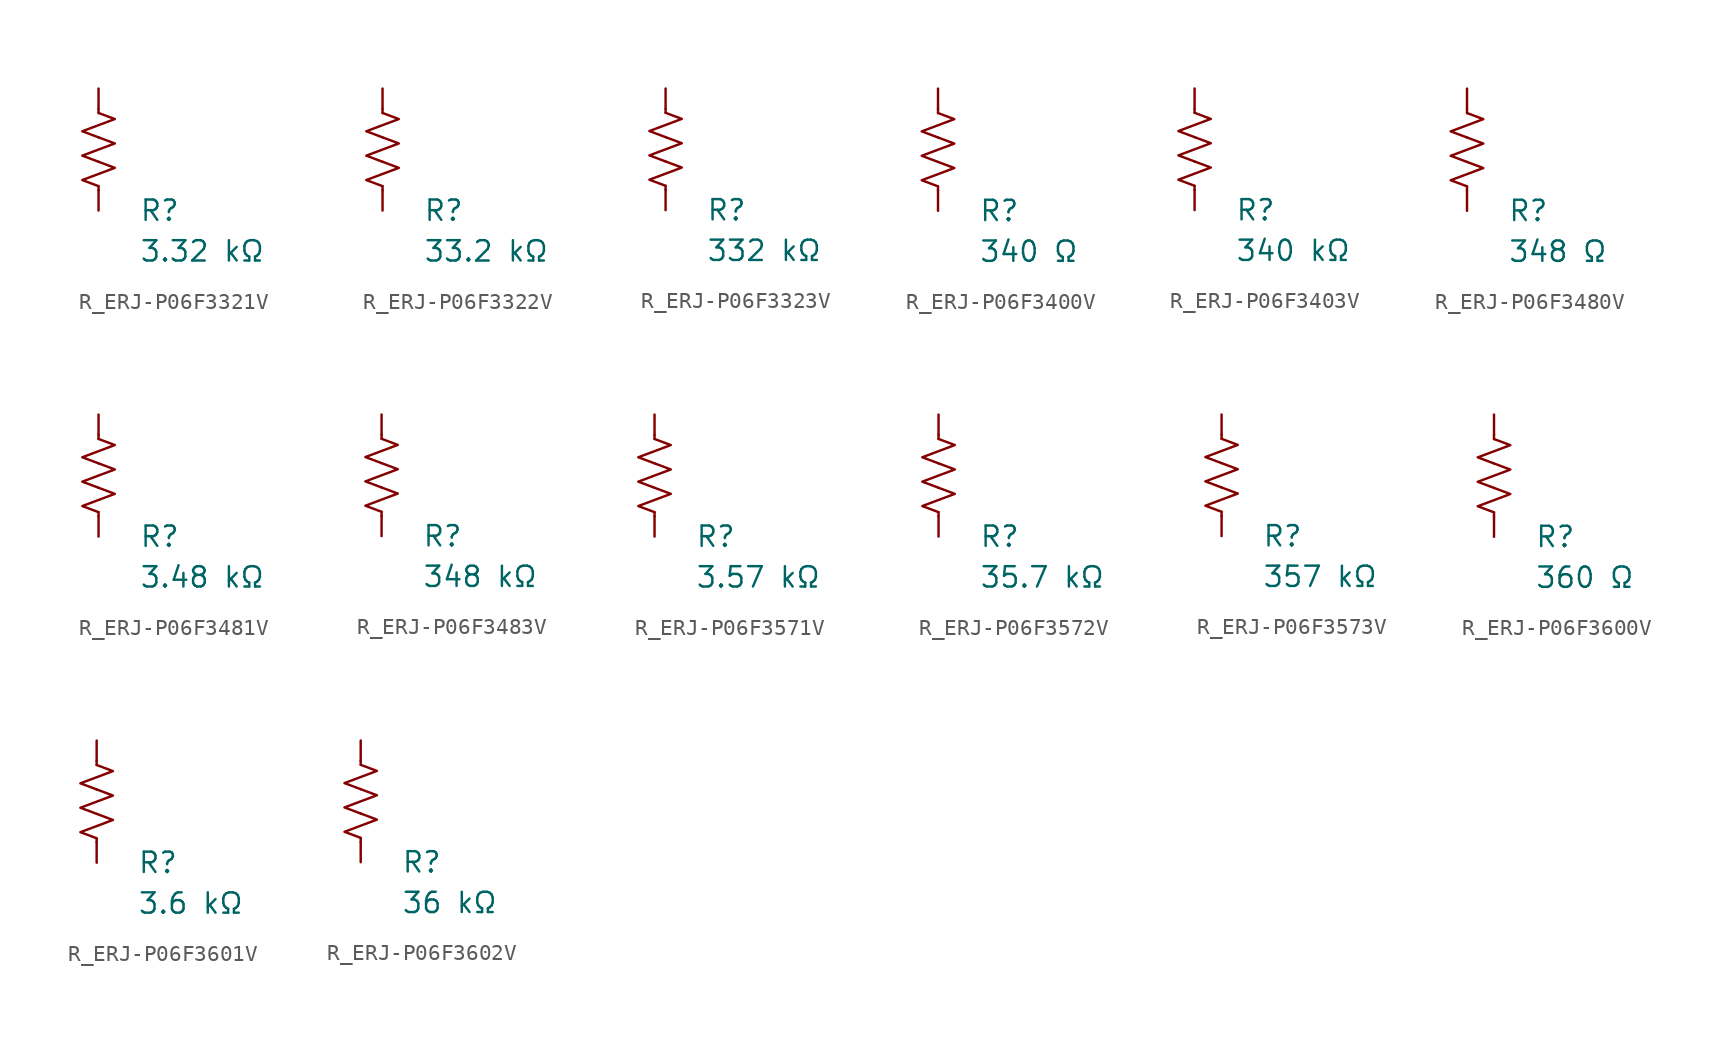
<source format=kicad_sym>
(kicad_symbol_lib
  (version 20231120)
  (generator "kicad_symbol_editor")
  (generator_version "8.0")
  (symbol "R_ERJ-P06F3321V"
    (pin_numbers hide)
    (pin_names
      (offset 0))
    (property "Reference" "R"
      (at 2.54 -3.81 0)
      (effects (font (size 1.27 1.27)) (justify left))
      (show_name no))
    (property "Value" "3.32 kΩ"
      (at 2.54 -6.35 0)
      (effects (font (size 1.27 1.27)) (justify left))
      (show_name no))
    (symbol "R_ERJ-P06F3321V_0_1"
      (polyline (pts (xy 0 -2.286) (xy 0 -2.54)) (stroke (width 0) (type default)) (fill (type none)))
      (polyline (pts (xy 0 2.286) (xy 0 2.54)) (stroke (width 0) (type default)) (fill (type none)))
      (polyline (pts (xy 0 -0.762) (xy 1.016 -1.143) (xy 0 -1.524) (xy -1.016 -1.905) (xy 0 -2.286)) (stroke (width 0) (type default)) (fill (type none)))
      (polyline (pts (xy 0 0.762) (xy 1.016 0.381) (xy 0 0) (xy -1.016 -0.381) (xy 0 -0.762)) (stroke (width 0) (type default)) (fill (type none)))
      (polyline (pts (xy 0 2.286) (xy 1.016 1.905) (xy 0 1.524) (xy -1.016 1.143) (xy 0 0.762)) (stroke (width 0) (type default)) (fill (type none))))
    (symbol "R_ERJ-P06F3321V_1_1"
      (pin passive line (at 0 3.81 270) (length 1.27) (name "~" (effects (font (size 1.27 1.27)))) (number "1" (effects (font (size 1.27 1.27)))))
      (pin passive line (at 0 -3.81 90) (length 1.27) (name "~" (effects (font (size 1.27 1.27)))) (number "2" (effects (font (size 1.27 1.27)))))))
  (symbol "R_ERJ-P06F3322V"
    (pin_numbers hide)
    (pin_names
      (offset 0))
    (property "Reference" "R"
      (at 2.54 -3.81 0)
      (effects (font (size 1.27 1.27)) (justify left))
      (show_name no))
    (property "Value" "33.2 kΩ"
      (at 2.54 -6.35 0)
      (effects (font (size 1.27 1.27)) (justify left))
      (show_name no))
    (symbol "R_ERJ-P06F3322V_0_1"
      (polyline (pts (xy 0 -2.286) (xy 0 -2.54)) (stroke (width 0) (type default)) (fill (type none)))
      (polyline (pts (xy 0 2.286) (xy 0 2.54)) (stroke (width 0) (type default)) (fill (type none)))
      (polyline (pts (xy 0 -0.762) (xy 1.016 -1.143) (xy 0 -1.524) (xy -1.016 -1.905) (xy 0 -2.286)) (stroke (width 0) (type default)) (fill (type none)))
      (polyline (pts (xy 0 0.762) (xy 1.016 0.381) (xy 0 0) (xy -1.016 -0.381) (xy 0 -0.762)) (stroke (width 0) (type default)) (fill (type none)))
      (polyline (pts (xy 0 2.286) (xy 1.016 1.905) (xy 0 1.524) (xy -1.016 1.143) (xy 0 0.762)) (stroke (width 0) (type default)) (fill (type none))))
    (symbol "R_ERJ-P06F3322V_1_1"
      (pin passive line (at 0 3.81 270) (length 1.27) (name "~" (effects (font (size 1.27 1.27)))) (number "1" (effects (font (size 1.27 1.27)))))
      (pin passive line (at 0 -3.81 90) (length 1.27) (name "~" (effects (font (size 1.27 1.27)))) (number "2" (effects (font (size 1.27 1.27)))))))
  (symbol "R_ERJ-P06F3323V"
    (pin_numbers hide)
    (pin_names
      (offset 0))
    (property "Reference" "R"
      (at 2.54 -3.81 0)
      (effects (font (size 1.27 1.27)) (justify left))
      (show_name no))
    (property "Value" "332 kΩ"
      (at 2.54 -6.35 0)
      (effects (font (size 1.27 1.27)) (justify left))
      (show_name no))
    (symbol "R_ERJ-P06F3323V_0_1"
      (polyline (pts (xy 0 -2.286) (xy 0 -2.54)) (stroke (width 0) (type default)) (fill (type none)))
      (polyline (pts (xy 0 2.286) (xy 0 2.54)) (stroke (width 0) (type default)) (fill (type none)))
      (polyline (pts (xy 0 -0.762) (xy 1.016 -1.143) (xy 0 -1.524) (xy -1.016 -1.905) (xy 0 -2.286)) (stroke (width 0) (type default)) (fill (type none)))
      (polyline (pts (xy 0 0.762) (xy 1.016 0.381) (xy 0 0) (xy -1.016 -0.381) (xy 0 -0.762)) (stroke (width 0) (type default)) (fill (type none)))
      (polyline (pts (xy 0 2.286) (xy 1.016 1.905) (xy 0 1.524) (xy -1.016 1.143) (xy 0 0.762)) (stroke (width 0) (type default)) (fill (type none))))
    (symbol "R_ERJ-P06F3323V_1_1"
      (pin passive line (at 0 3.81 270) (length 1.27) (name "~" (effects (font (size 1.27 1.27)))) (number "1" (effects (font (size 1.27 1.27)))))
      (pin passive line (at 0 -3.81 90) (length 1.27) (name "~" (effects (font (size 1.27 1.27)))) (number "2" (effects (font (size 1.27 1.27)))))))
  (symbol "R_ERJ-P06F3400V"
    (pin_numbers hide)
    (pin_names
      (offset 0))
    (property "Reference" "R"
      (at 2.54 -3.81 0)
      (effects (font (size 1.27 1.27)) (justify left))
      (show_name no))
    (property "Value" "340 Ω"
      (at 2.54 -6.35 0)
      (effects (font (size 1.27 1.27)) (justify left))
      (show_name no))
    (symbol "R_ERJ-P06F3400V_0_1"
      (polyline (pts (xy 0 -2.286) (xy 0 -2.54)) (stroke (width 0) (type default)) (fill (type none)))
      (polyline (pts (xy 0 2.286) (xy 0 2.54)) (stroke (width 0) (type default)) (fill (type none)))
      (polyline (pts (xy 0 -0.762) (xy 1.016 -1.143) (xy 0 -1.524) (xy -1.016 -1.905) (xy 0 -2.286)) (stroke (width 0) (type default)) (fill (type none)))
      (polyline (pts (xy 0 0.762) (xy 1.016 0.381) (xy 0 0) (xy -1.016 -0.381) (xy 0 -0.762)) (stroke (width 0) (type default)) (fill (type none)))
      (polyline (pts (xy 0 2.286) (xy 1.016 1.905) (xy 0 1.524) (xy -1.016 1.143) (xy 0 0.762)) (stroke (width 0) (type default)) (fill (type none))))
    (symbol "R_ERJ-P06F3400V_1_1"
      (pin passive line (at 0 3.81 270) (length 1.27) (name "~" (effects (font (size 1.27 1.27)))) (number "1" (effects (font (size 1.27 1.27)))))
      (pin passive line (at 0 -3.81 90) (length 1.27) (name "~" (effects (font (size 1.27 1.27)))) (number "2" (effects (font (size 1.27 1.27)))))))
  (symbol "R_ERJ-P06F3403V"
    (pin_numbers hide)
    (pin_names
      (offset 0))
    (property "Reference" "R"
      (at 2.54 -3.81 0)
      (effects (font (size 1.27 1.27)) (justify left))
      (show_name no))
    (property "Value" "340 kΩ"
      (at 2.54 -6.35 0)
      (effects (font (size 1.27 1.27)) (justify left))
      (show_name no))
    (symbol "R_ERJ-P06F3403V_0_1"
      (polyline (pts (xy 0 -2.286) (xy 0 -2.54)) (stroke (width 0) (type default)) (fill (type none)))
      (polyline (pts (xy 0 2.286) (xy 0 2.54)) (stroke (width 0) (type default)) (fill (type none)))
      (polyline (pts (xy 0 -0.762) (xy 1.016 -1.143) (xy 0 -1.524) (xy -1.016 -1.905) (xy 0 -2.286)) (stroke (width 0) (type default)) (fill (type none)))
      (polyline (pts (xy 0 0.762) (xy 1.016 0.381) (xy 0 0) (xy -1.016 -0.381) (xy 0 -0.762)) (stroke (width 0) (type default)) (fill (type none)))
      (polyline (pts (xy 0 2.286) (xy 1.016 1.905) (xy 0 1.524) (xy -1.016 1.143) (xy 0 0.762)) (stroke (width 0) (type default)) (fill (type none))))
    (symbol "R_ERJ-P06F3403V_1_1"
      (pin passive line (at 0 3.81 270) (length 1.27) (name "~" (effects (font (size 1.27 1.27)))) (number "1" (effects (font (size 1.27 1.27)))))
      (pin passive line (at 0 -3.81 90) (length 1.27) (name "~" (effects (font (size 1.27 1.27)))) (number "2" (effects (font (size 1.27 1.27)))))))
  (symbol "R_ERJ-P06F3480V"
    (pin_numbers hide)
    (pin_names
      (offset 0))
    (property "Reference" "R"
      (at 2.54 -3.81 0)
      (effects (font (size 1.27 1.27)) (justify left))
      (show_name no))
    (property "Value" "348 Ω"
      (at 2.54 -6.35 0)
      (effects (font (size 1.27 1.27)) (justify left))
      (show_name no))
    (symbol "R_ERJ-P06F3480V_0_1"
      (polyline (pts (xy 0 -2.286) (xy 0 -2.54)) (stroke (width 0) (type default)) (fill (type none)))
      (polyline (pts (xy 0 2.286) (xy 0 2.54)) (stroke (width 0) (type default)) (fill (type none)))
      (polyline (pts (xy 0 -0.762) (xy 1.016 -1.143) (xy 0 -1.524) (xy -1.016 -1.905) (xy 0 -2.286)) (stroke (width 0) (type default)) (fill (type none)))
      (polyline (pts (xy 0 0.762) (xy 1.016 0.381) (xy 0 0) (xy -1.016 -0.381) (xy 0 -0.762)) (stroke (width 0) (type default)) (fill (type none)))
      (polyline (pts (xy 0 2.286) (xy 1.016 1.905) (xy 0 1.524) (xy -1.016 1.143) (xy 0 0.762)) (stroke (width 0) (type default)) (fill (type none))))
    (symbol "R_ERJ-P06F3480V_1_1"
      (pin passive line (at 0 3.81 270) (length 1.27) (name "~" (effects (font (size 1.27 1.27)))) (number "1" (effects (font (size 1.27 1.27)))))
      (pin passive line (at 0 -3.81 90) (length 1.27) (name "~" (effects (font (size 1.27 1.27)))) (number "2" (effects (font (size 1.27 1.27)))))))
  (symbol "R_ERJ-P06F3481V"
    (pin_numbers hide)
    (pin_names
      (offset 0))
    (property "Reference" "R"
      (at 2.54 -3.81 0)
      (effects (font (size 1.27 1.27)) (justify left))
      (show_name no))
    (property "Value" "3.48 kΩ"
      (at 2.54 -6.35 0)
      (effects (font (size 1.27 1.27)) (justify left))
      (show_name no))
    (symbol "R_ERJ-P06F3481V_0_1"
      (polyline (pts (xy 0 -2.286) (xy 0 -2.54)) (stroke (width 0) (type default)) (fill (type none)))
      (polyline (pts (xy 0 2.286) (xy 0 2.54)) (stroke (width 0) (type default)) (fill (type none)))
      (polyline (pts (xy 0 -0.762) (xy 1.016 -1.143) (xy 0 -1.524) (xy -1.016 -1.905) (xy 0 -2.286)) (stroke (width 0) (type default)) (fill (type none)))
      (polyline (pts (xy 0 0.762) (xy 1.016 0.381) (xy 0 0) (xy -1.016 -0.381) (xy 0 -0.762)) (stroke (width 0) (type default)) (fill (type none)))
      (polyline (pts (xy 0 2.286) (xy 1.016 1.905) (xy 0 1.524) (xy -1.016 1.143) (xy 0 0.762)) (stroke (width 0) (type default)) (fill (type none))))
    (symbol "R_ERJ-P06F3481V_1_1"
      (pin passive line (at 0 3.81 270) (length 1.27) (name "~" (effects (font (size 1.27 1.27)))) (number "1" (effects (font (size 1.27 1.27)))))
      (pin passive line (at 0 -3.81 90) (length 1.27) (name "~" (effects (font (size 1.27 1.27)))) (number "2" (effects (font (size 1.27 1.27)))))))
  (symbol "R_ERJ-P06F3483V"
    (pin_numbers hide)
    (pin_names
      (offset 0))
    (property "Reference" "R"
      (at 2.54 -3.81 0)
      (effects (font (size 1.27 1.27)) (justify left))
      (show_name no))
    (property "Value" "348 kΩ"
      (at 2.54 -6.35 0)
      (effects (font (size 1.27 1.27)) (justify left))
      (show_name no))
    (symbol "R_ERJ-P06F3483V_0_1"
      (polyline (pts (xy 0 -2.286) (xy 0 -2.54)) (stroke (width 0) (type default)) (fill (type none)))
      (polyline (pts (xy 0 2.286) (xy 0 2.54)) (stroke (width 0) (type default)) (fill (type none)))
      (polyline (pts (xy 0 -0.762) (xy 1.016 -1.143) (xy 0 -1.524) (xy -1.016 -1.905) (xy 0 -2.286)) (stroke (width 0) (type default)) (fill (type none)))
      (polyline (pts (xy 0 0.762) (xy 1.016 0.381) (xy 0 0) (xy -1.016 -0.381) (xy 0 -0.762)) (stroke (width 0) (type default)) (fill (type none)))
      (polyline (pts (xy 0 2.286) (xy 1.016 1.905) (xy 0 1.524) (xy -1.016 1.143) (xy 0 0.762)) (stroke (width 0) (type default)) (fill (type none))))
    (symbol "R_ERJ-P06F3483V_1_1"
      (pin passive line (at 0 3.81 270) (length 1.27) (name "~" (effects (font (size 1.27 1.27)))) (number "1" (effects (font (size 1.27 1.27)))))
      (pin passive line (at 0 -3.81 90) (length 1.27) (name "~" (effects (font (size 1.27 1.27)))) (number "2" (effects (font (size 1.27 1.27)))))))
  (symbol "R_ERJ-P06F3571V"
    (pin_numbers hide)
    (pin_names
      (offset 0))
    (property "Reference" "R"
      (at 2.54 -3.81 0)
      (effects (font (size 1.27 1.27)) (justify left))
      (show_name no))
    (property "Value" "3.57 kΩ"
      (at 2.54 -6.35 0)
      (effects (font (size 1.27 1.27)) (justify left))
      (show_name no))
    (symbol "R_ERJ-P06F3571V_0_1"
      (polyline (pts (xy 0 -2.286) (xy 0 -2.54)) (stroke (width 0) (type default)) (fill (type none)))
      (polyline (pts (xy 0 2.286) (xy 0 2.54)) (stroke (width 0) (type default)) (fill (type none)))
      (polyline (pts (xy 0 -0.762) (xy 1.016 -1.143) (xy 0 -1.524) (xy -1.016 -1.905) (xy 0 -2.286)) (stroke (width 0) (type default)) (fill (type none)))
      (polyline (pts (xy 0 0.762) (xy 1.016 0.381) (xy 0 0) (xy -1.016 -0.381) (xy 0 -0.762)) (stroke (width 0) (type default)) (fill (type none)))
      (polyline (pts (xy 0 2.286) (xy 1.016 1.905) (xy 0 1.524) (xy -1.016 1.143) (xy 0 0.762)) (stroke (width 0) (type default)) (fill (type none))))
    (symbol "R_ERJ-P06F3571V_1_1"
      (pin passive line (at 0 3.81 270) (length 1.27) (name "~" (effects (font (size 1.27 1.27)))) (number "1" (effects (font (size 1.27 1.27)))))
      (pin passive line (at 0 -3.81 90) (length 1.27) (name "~" (effects (font (size 1.27 1.27)))) (number "2" (effects (font (size 1.27 1.27)))))))
  (symbol "R_ERJ-P06F3572V"
    (pin_numbers hide)
    (pin_names
      (offset 0))
    (property "Reference" "R"
      (at 2.54 -3.81 0)
      (effects (font (size 1.27 1.27)) (justify left))
      (show_name no))
    (property "Value" "35.7 kΩ"
      (at 2.54 -6.35 0)
      (effects (font (size 1.27 1.27)) (justify left))
      (show_name no))
    (symbol "R_ERJ-P06F3572V_0_1"
      (polyline (pts (xy 0 -2.286) (xy 0 -2.54)) (stroke (width 0) (type default)) (fill (type none)))
      (polyline (pts (xy 0 2.286) (xy 0 2.54)) (stroke (width 0) (type default)) (fill (type none)))
      (polyline (pts (xy 0 -0.762) (xy 1.016 -1.143) (xy 0 -1.524) (xy -1.016 -1.905) (xy 0 -2.286)) (stroke (width 0) (type default)) (fill (type none)))
      (polyline (pts (xy 0 0.762) (xy 1.016 0.381) (xy 0 0) (xy -1.016 -0.381) (xy 0 -0.762)) (stroke (width 0) (type default)) (fill (type none)))
      (polyline (pts (xy 0 2.286) (xy 1.016 1.905) (xy 0 1.524) (xy -1.016 1.143) (xy 0 0.762)) (stroke (width 0) (type default)) (fill (type none))))
    (symbol "R_ERJ-P06F3572V_1_1"
      (pin passive line (at 0 3.81 270) (length 1.27) (name "~" (effects (font (size 1.27 1.27)))) (number "1" (effects (font (size 1.27 1.27)))))
      (pin passive line (at 0 -3.81 90) (length 1.27) (name "~" (effects (font (size 1.27 1.27)))) (number "2" (effects (font (size 1.27 1.27)))))))
  (symbol "R_ERJ-P06F3573V"
    (pin_numbers hide)
    (pin_names
      (offset 0))
    (property "Reference" "R"
      (at 2.54 -3.81 0)
      (effects (font (size 1.27 1.27)) (justify left))
      (show_name no))
    (property "Value" "357 kΩ"
      (at 2.54 -6.35 0)
      (effects (font (size 1.27 1.27)) (justify left))
      (show_name no))
    (symbol "R_ERJ-P06F3573V_0_1"
      (polyline (pts (xy 0 -2.286) (xy 0 -2.54)) (stroke (width 0) (type default)) (fill (type none)))
      (polyline (pts (xy 0 2.286) (xy 0 2.54)) (stroke (width 0) (type default)) (fill (type none)))
      (polyline (pts (xy 0 -0.762) (xy 1.016 -1.143) (xy 0 -1.524) (xy -1.016 -1.905) (xy 0 -2.286)) (stroke (width 0) (type default)) (fill (type none)))
      (polyline (pts (xy 0 0.762) (xy 1.016 0.381) (xy 0 0) (xy -1.016 -0.381) (xy 0 -0.762)) (stroke (width 0) (type default)) (fill (type none)))
      (polyline (pts (xy 0 2.286) (xy 1.016 1.905) (xy 0 1.524) (xy -1.016 1.143) (xy 0 0.762)) (stroke (width 0) (type default)) (fill (type none))))
    (symbol "R_ERJ-P06F3573V_1_1"
      (pin passive line (at 0 3.81 270) (length 1.27) (name "~" (effects (font (size 1.27 1.27)))) (number "1" (effects (font (size 1.27 1.27)))))
      (pin passive line (at 0 -3.81 90) (length 1.27) (name "~" (effects (font (size 1.27 1.27)))) (number "2" (effects (font (size 1.27 1.27)))))))
  (symbol "R_ERJ-P06F3600V"
    (pin_numbers hide)
    (pin_names
      (offset 0))
    (property "Reference" "R"
      (at 2.54 -3.81 0)
      (effects (font (size 1.27 1.27)) (justify left))
      (show_name no))
    (property "Value" "360 Ω"
      (at 2.54 -6.35 0)
      (effects (font (size 1.27 1.27)) (justify left))
      (show_name no))
    (symbol "R_ERJ-P06F3600V_0_1"
      (polyline (pts (xy 0 -2.286) (xy 0 -2.54)) (stroke (width 0) (type default)) (fill (type none)))
      (polyline (pts (xy 0 2.286) (xy 0 2.54)) (stroke (width 0) (type default)) (fill (type none)))
      (polyline (pts (xy 0 -0.762) (xy 1.016 -1.143) (xy 0 -1.524) (xy -1.016 -1.905) (xy 0 -2.286)) (stroke (width 0) (type default)) (fill (type none)))
      (polyline (pts (xy 0 0.762) (xy 1.016 0.381) (xy 0 0) (xy -1.016 -0.381) (xy 0 -0.762)) (stroke (width 0) (type default)) (fill (type none)))
      (polyline (pts (xy 0 2.286) (xy 1.016 1.905) (xy 0 1.524) (xy -1.016 1.143) (xy 0 0.762)) (stroke (width 0) (type default)) (fill (type none))))
    (symbol "R_ERJ-P06F3600V_1_1"
      (pin passive line (at 0 3.81 270) (length 1.27) (name "~" (effects (font (size 1.27 1.27)))) (number "1" (effects (font (size 1.27 1.27)))))
      (pin passive line (at 0 -3.81 90) (length 1.27) (name "~" (effects (font (size 1.27 1.27)))) (number "2" (effects (font (size 1.27 1.27)))))))
  (symbol "R_ERJ-P06F3601V"
    (pin_numbers hide)
    (pin_names
      (offset 0))
    (property "Reference" "R"
      (at 2.54 -3.81 0)
      (effects (font (size 1.27 1.27)) (justify left))
      (show_name no))
    (property "Value" "3.6 kΩ"
      (at 2.54 -6.35 0)
      (effects (font (size 1.27 1.27)) (justify left))
      (show_name no))
    (symbol "R_ERJ-P06F3601V_0_1"
      (polyline (pts (xy 0 -2.286) (xy 0 -2.54)) (stroke (width 0) (type default)) (fill (type none)))
      (polyline (pts (xy 0 2.286) (xy 0 2.54)) (stroke (width 0) (type default)) (fill (type none)))
      (polyline (pts (xy 0 -0.762) (xy 1.016 -1.143) (xy 0 -1.524) (xy -1.016 -1.905) (xy 0 -2.286)) (stroke (width 0) (type default)) (fill (type none)))
      (polyline (pts (xy 0 0.762) (xy 1.016 0.381) (xy 0 0) (xy -1.016 -0.381) (xy 0 -0.762)) (stroke (width 0) (type default)) (fill (type none)))
      (polyline (pts (xy 0 2.286) (xy 1.016 1.905) (xy 0 1.524) (xy -1.016 1.143) (xy 0 0.762)) (stroke (width 0) (type default)) (fill (type none))))
    (symbol "R_ERJ-P06F3601V_1_1"
      (pin passive line (at 0 3.81 270) (length 1.27) (name "~" (effects (font (size 1.27 1.27)))) (number "1" (effects (font (size 1.27 1.27)))))
      (pin passive line (at 0 -3.81 90) (length 1.27) (name "~" (effects (font (size 1.27 1.27)))) (number "2" (effects (font (size 1.27 1.27)))))))
  (symbol "R_ERJ-P06F3602V"
    (pin_numbers hide)
    (pin_names
      (offset 0))
    (property "Reference" "R"
      (at 2.54 -3.81 0)
      (effects (font (size 1.27 1.27)) (justify left))
      (show_name no))
    (property "Value" "36 kΩ"
      (at 2.54 -6.35 0)
      (effects (font (size 1.27 1.27)) (justify left))
      (show_name no))
    (symbol "R_ERJ-P06F3602V_0_1"
      (polyline (pts (xy 0 -2.286) (xy 0 -2.54)) (stroke (width 0) (type default)) (fill (type none)))
      (polyline (pts (xy 0 2.286) (xy 0 2.54)) (stroke (width 0) (type default)) (fill (type none)))
      (polyline (pts (xy 0 -0.762) (xy 1.016 -1.143) (xy 0 -1.524) (xy -1.016 -1.905) (xy 0 -2.286)) (stroke (width 0) (type default)) (fill (type none)))
      (polyline (pts (xy 0 0.762) (xy 1.016 0.381) (xy 0 0) (xy -1.016 -0.381) (xy 0 -0.762)) (stroke (width 0) (type default)) (fill (type none)))
      (polyline (pts (xy 0 2.286) (xy 1.016 1.905) (xy 0 1.524) (xy -1.016 1.143) (xy 0 0.762)) (stroke (width 0) (type default)) (fill (type none))))
    (symbol "R_ERJ-P06F3602V_1_1"
      (pin passive line (at 0 3.81 270) (length 1.27) (name "~" (effects (font (size 1.27 1.27)))) (number "1" (effects (font (size 1.27 1.27)))))
      (pin passive line (at 0 -3.81 90) (length 1.27) (name "~" (effects (font (size 1.27 1.27)))) (number "2" (effects (font (size 1.27 1.27))))))))
</source>
